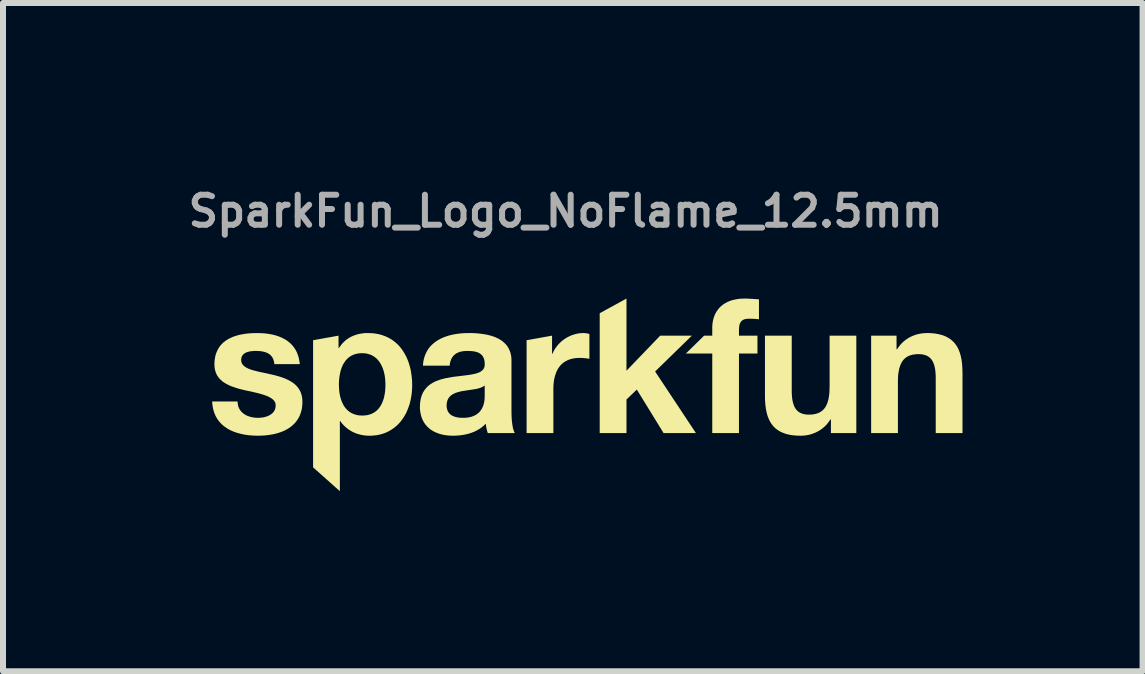
<source format=kicad_pcb>
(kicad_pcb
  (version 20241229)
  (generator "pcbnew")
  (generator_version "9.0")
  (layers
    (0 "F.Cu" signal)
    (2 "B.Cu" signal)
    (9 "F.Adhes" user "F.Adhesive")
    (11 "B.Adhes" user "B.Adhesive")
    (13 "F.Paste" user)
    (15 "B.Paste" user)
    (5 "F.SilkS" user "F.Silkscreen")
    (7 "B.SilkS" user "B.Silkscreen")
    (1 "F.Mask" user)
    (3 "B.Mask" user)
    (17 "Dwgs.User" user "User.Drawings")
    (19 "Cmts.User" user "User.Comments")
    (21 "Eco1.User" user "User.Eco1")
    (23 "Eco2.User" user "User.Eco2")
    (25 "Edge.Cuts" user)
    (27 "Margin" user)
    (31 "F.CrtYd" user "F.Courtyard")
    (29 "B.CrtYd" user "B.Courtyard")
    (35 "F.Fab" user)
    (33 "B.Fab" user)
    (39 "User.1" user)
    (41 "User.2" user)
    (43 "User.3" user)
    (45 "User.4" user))
  (footprint "SparkFun_Logo_NoFlame_12.5mm"
    (layer "F.Cu")
    (at 6.374 3.262)
    (property "Reference" "SparkFun_Logo_NoFlame_12.5mm" (at 0 -2.794 0) (layer "F.Fab") (effects (font (size 0.5 0.5) (thickness 0.1))))
    (attr board_only exclude_from_pos_files exclude_from_bom)
    (fp_poly (pts (xy 1.013 -0.136) (xy 1.574 -0.72) (xy 2.102 -0.72) (xy 1.49 -0.123) (xy 2.17 0.903) (xy 1.631 0.903) (xy 1.185 0.178) (xy 1.013 0.344) (xy 1.013 0.903) (xy 0.567 0.903) (xy 0.567 -1.094) (xy 1.013 -1.338)) (stroke (width 0) (type solid)) (fill yes) (layer "F.SilkS"))
    (fp_poly (pts (xy 0.304 -0.764) (xy 0.31 -0.763) (xy 0.316 -0.763) (xy 0.323 -0.762) (xy 0.335 -0.761) (xy 0.347 -0.759) (xy 0.359 -0.757) (xy 0.371 -0.754) (xy 0.383 -0.751) (xy 0.395 -0.748) (xy 0.395 -0.334) (xy 0.378 -0.337) (xy 0.36 -0.34) (xy 0.34 -0.343) (xy 0.319 -0.345) (xy 0.298 -0.347) (xy 0.276 -0.348) (xy 0.255 -0.349) (xy 0.235 -0.349) (xy 0.204 -0.349) (xy 0.175 -0.347) (xy 0.148 -0.343) (xy 0.121 -0.339) (xy 0.096 -0.333) (xy 0.072 -0.326) (xy 0.049 -0.318) (xy 0.027 -0.308) (xy 0.006 -0.298) (xy -0.013 -0.287) (xy -0.032 -0.274) (xy -0.049 -0.261) (xy -0.066 -0.246) (xy -0.081 -0.231) (xy -0.095 -0.214) (xy -0.109 -0.197) (xy -0.121 -0.179) (xy -0.133 -0.16) (xy -0.143 -0.14) (xy -0.153 -0.12) (xy -0.161 -0.099) (xy -0.169 -0.077) (xy -0.176 -0.055) (xy -0.183 -0.031) (xy -0.188 -0.008) (xy -0.193 0.016) (xy -0.2 0.066) (xy -0.204 0.118) (xy -0.205 0.172) (xy -0.205 0.903) (xy -0.651 0.903) (xy -0.651 -0.644) (xy -0.227 -0.72) (xy -0.227 -0.418) (xy -0.221 -0.418) (xy -0.212 -0.437) (xy -0.203 -0.456) (xy -0.194 -0.474) (xy -0.183 -0.492) (xy -0.172 -0.509) (xy -0.161 -0.526) (xy -0.148 -0.542) (xy -0.135 -0.558) (xy -0.122 -0.574) (xy -0.108 -0.589) (xy -0.093 -0.603) (xy -0.078 -0.617) (xy -0.063 -0.631) (xy -0.047 -0.644) (xy -0.03 -0.656) (xy -0.013 -0.667) (xy 0.004 -0.679) (xy 0.021 -0.689) (xy 0.039 -0.699) (xy 0.058 -0.708) (xy 0.076 -0.717) (xy 0.095 -0.725) (xy 0.115 -0.732) (xy 0.134 -0.738) (xy 0.154 -0.744) (xy 0.174 -0.749) (xy 0.194 -0.754) (xy 0.214 -0.757) (xy 0.235 -0.76) (xy 0.256 -0.762) (xy 0.276 -0.763) (xy 0.297 -0.764)) (stroke (width 0) (type solid)) (fill yes) (layer "F.SilkS"))
    (fp_poly (pts (xy 3.014 -1.338) (xy 3.044 -1.336) (xy 3.074 -1.335) (xy 3.104 -1.333) (xy 3.163 -1.329) (xy 3.192 -1.327) (xy 3.22 -1.325) (xy 3.22 -0.993) (xy 3.2 -0.995) (xy 3.18 -0.997) (xy 3.159 -0.999) (xy 3.139 -1) (xy 3.118 -1.001) (xy 3.097 -1.002) (xy 3.077 -1.002) (xy 3.057 -1.002) (xy 3.035 -1.002) (xy 3.025 -1.001) (xy 3.015 -1) (xy 3.005 -0.998) (xy 2.996 -0.997) (xy 2.987 -0.995) (xy 2.979 -0.992) (xy 2.971 -0.99) (xy 2.963 -0.986) (xy 2.956 -0.983) (xy 2.95 -0.979) (xy 2.943 -0.975) (xy 2.937 -0.97) (xy 2.932 -0.966) (xy 2.926 -0.96) (xy 2.921 -0.954) (xy 2.917 -0.948) (xy 2.913 -0.942) (xy 2.909 -0.935) (xy 2.905 -0.928) (xy 2.902 -0.92) (xy 2.899 -0.911) (xy 2.897 -0.903) (xy 2.894 -0.894) (xy 2.893 -0.884) (xy 2.891 -0.874) (xy 2.89 -0.864) (xy 2.888 -0.841) (xy 2.887 -0.817) (xy 2.887 -0.72) (xy 3.195 -0.72) (xy 3.195 -0.422) (xy 2.887 -0.422) (xy 2.887 0.903) (xy 2.442 0.903) (xy 2.442 -0.422) (xy 2.002 -0.422) (xy 2.306 -0.72) (xy 2.442 -0.72) (xy 2.442 -0.845) (xy 2.442 -0.872) (xy 2.444 -0.898) (xy 2.446 -0.924) (xy 2.45 -0.949) (xy 2.455 -0.974) (xy 2.461 -0.998) (xy 2.467 -1.021) (xy 2.475 -1.044) (xy 2.484 -1.066) (xy 2.494 -1.087) (xy 2.505 -1.108) (xy 2.518 -1.128) (xy 2.531 -1.147) (xy 2.545 -1.165) (xy 2.56 -1.183) (xy 2.577 -1.2) (xy 2.594 -1.216) (xy 2.613 -1.231) (xy 2.632 -1.245) (xy 2.653 -1.258) (xy 2.675 -1.27) (xy 2.698 -1.282) (xy 2.721 -1.292) (xy 2.746 -1.302) (xy 2.772 -1.31) (xy 2.799 -1.317) (xy 2.828 -1.323) (xy 2.857 -1.329) (xy 2.887 -1.333) (xy 2.919 -1.336) (xy 2.951 -1.337) (xy 2.985 -1.338)) (stroke (width 0) (type solid)) (fill yes) (layer "F.SilkS"))
    (fp_poly (pts (xy 3.766 0.197) (xy 3.767 0.245) (xy 3.77 0.29) (xy 3.774 0.333) (xy 3.781 0.372) (xy 3.79 0.407) (xy 3.801 0.44) (xy 3.807 0.455) (xy 3.814 0.47) (xy 3.822 0.483) (xy 3.83 0.496) (xy 3.839 0.508) (xy 3.848 0.519) (xy 3.858 0.53) (xy 3.869 0.54) (xy 3.88 0.548) (xy 3.892 0.557) (xy 3.905 0.564) (xy 3.918 0.571) (xy 3.932 0.576) (xy 3.947 0.581) (xy 3.962 0.586) (xy 3.979 0.589) (xy 3.996 0.592) (xy 4.013 0.594) (xy 4.032 0.595) (xy 4.051 0.595) (xy 4.074 0.595) (xy 4.095 0.594) (xy 4.116 0.592) (xy 4.136 0.589) (xy 4.155 0.585) (xy 4.173 0.581) (xy 4.191 0.575) (xy 4.207 0.569) (xy 4.223 0.562) (xy 4.239 0.554) (xy 4.253 0.545) (xy 4.267 0.535) (xy 4.28 0.524) (xy 4.292 0.513) (xy 4.304 0.5) (xy 4.315 0.487) (xy 4.325 0.472) (xy 4.334 0.457) (xy 4.343 0.44) (xy 4.351 0.423) (xy 4.359 0.404) (xy 4.365 0.385) (xy 4.371 0.364) (xy 4.377 0.342) (xy 4.381 0.32) (xy 4.385 0.296) (xy 4.389 0.271) (xy 4.392 0.245) (xy 4.394 0.218) (xy 4.395 0.19) (xy 4.397 0.131) (xy 4.397 -0.72) (xy 4.842 -0.72) (xy 4.842 0.903) (xy 4.419 0.903) (xy 4.419 0.677) (xy 4.409 0.677) (xy 4.398 0.694) (xy 4.387 0.71) (xy 4.375 0.726) (xy 4.363 0.742) (xy 4.351 0.756) (xy 4.338 0.771) (xy 4.324 0.784) (xy 4.311 0.797) (xy 4.296 0.81) (xy 4.282 0.822) (xy 4.267 0.833) (xy 4.252 0.844) (xy 4.221 0.864) (xy 4.19 0.881) (xy 4.157 0.897) (xy 4.123 0.91) (xy 4.089 0.922) (xy 4.054 0.931) (xy 4.019 0.938) (xy 3.984 0.943) (xy 3.949 0.946) (xy 3.913 0.947) (xy 3.87 0.946) (xy 3.828 0.944) (xy 3.789 0.94) (xy 3.752 0.935) (xy 3.716 0.928) (xy 3.682 0.92) (xy 3.651 0.91) (xy 3.621 0.899) (xy 3.592 0.887) (xy 3.566 0.873) (xy 3.541 0.858) (xy 3.517 0.841) (xy 3.495 0.824) (xy 3.475 0.805) (xy 3.456 0.785) (xy 3.439 0.763) (xy 3.423 0.741) (xy 3.408 0.717) (xy 3.395 0.692) (xy 3.383 0.667) (xy 3.372 0.64) (xy 3.362 0.612) (xy 3.354 0.583) (xy 3.346 0.552) (xy 3.334 0.489) (xy 3.326 0.423) (xy 3.321 0.352) (xy 3.32 0.279) (xy 3.32 -0.72) (xy 3.766 -0.72)) (stroke (width 0) (type solid)) (fill yes) (layer "F.SilkS"))
    (fp_poly (pts (xy 6.061 -0.763) (xy 6.102 -0.76) (xy 6.142 -0.757) (xy 6.179 -0.751) (xy 6.215 -0.744) (xy 6.248 -0.736) (xy 6.28 -0.727) (xy 6.31 -0.716) (xy 6.339 -0.703) (xy 6.365 -0.689) (xy 6.39 -0.674) (xy 6.414 -0.658) (xy 6.435 -0.64) (xy 6.456 -0.621) (xy 6.475 -0.601) (xy 6.492 -0.58) (xy 6.508 -0.557) (xy 6.523 -0.534) (xy 6.536 -0.509) (xy 6.548 -0.483) (xy 6.559 -0.456) (xy 6.569 -0.428) (xy 6.577 -0.399) (xy 6.585 -0.369) (xy 6.597 -0.306) (xy 6.605 -0.239) (xy 6.609 -0.169) (xy 6.611 -0.095) (xy 6.611 0.903) (xy 6.165 0.903) (xy 6.165 -0.013) (xy 6.164 -0.062) (xy 6.161 -0.107) (xy 6.157 -0.149) (xy 6.15 -0.188) (xy 6.141 -0.224) (xy 6.13 -0.257) (xy 6.124 -0.272) (xy 6.117 -0.286) (xy 6.109 -0.3) (xy 6.101 -0.313) (xy 6.092 -0.325) (xy 6.083 -0.336) (xy 6.073 -0.347) (xy 6.062 -0.356) (xy 6.051 -0.365) (xy 6.039 -0.373) (xy 6.026 -0.381) (xy 6.013 -0.387) (xy 5.999 -0.393) (xy 5.984 -0.398) (xy 5.968 -0.402) (xy 5.952 -0.406) (xy 5.935 -0.409) (xy 5.917 -0.41) (xy 5.899 -0.412) (xy 5.879 -0.412) (xy 5.857 -0.412) (xy 5.836 -0.41) (xy 5.815 -0.408) (xy 5.795 -0.406) (xy 5.776 -0.402) (xy 5.758 -0.397) (xy 5.74 -0.392) (xy 5.724 -0.386) (xy 5.708 -0.379) (xy 5.692 -0.371) (xy 5.678 -0.362) (xy 5.664 -0.352) (xy 5.651 -0.341) (xy 5.639 -0.33) (xy 5.627 -0.317) (xy 5.616 -0.303) (xy 5.606 -0.289) (xy 5.597 -0.273) (xy 5.588 -0.257) (xy 5.58 -0.239) (xy 5.573 -0.221) (xy 5.566 -0.201) (xy 5.56 -0.181) (xy 5.554 -0.159) (xy 5.55 -0.136) (xy 5.546 -0.113) (xy 5.542 -0.088) (xy 5.539 -0.062) (xy 5.537 -0.035) (xy 5.536 -0.007) (xy 5.535 0.053) (xy 5.535 0.903) (xy 5.089 0.903) (xy 5.089 -0.72) (xy 5.512 -0.72) (xy 5.512 -0.494) (xy 5.522 -0.494) (xy 5.533 -0.511) (xy 5.544 -0.527) (xy 5.556 -0.543) (xy 5.568 -0.558) (xy 5.58 -0.573) (xy 5.593 -0.587) (xy 5.607 -0.601) (xy 5.62 -0.614) (xy 5.634 -0.626) (xy 5.649 -0.638) (xy 5.664 -0.65) (xy 5.679 -0.66) (xy 5.709 -0.68) (xy 5.741 -0.698) (xy 5.774 -0.713) (xy 5.808 -0.727) (xy 5.842 -0.738) (xy 5.876 -0.747) (xy 5.912 -0.754) (xy 5.947 -0.759) (xy 5.982 -0.762) (xy 6.018 -0.763)) (stroke (width 0) (type solid)) (fill yes) (layer "F.SilkS"))
    (fp_poly (pts (xy -3.248 -0.762) (xy -3.202 -0.759) (xy -3.159 -0.753) (xy -3.117 -0.745) (xy -3.076 -0.735) (xy -3.038 -0.722) (xy -3 -0.708) (xy -2.965 -0.692) (xy -2.931 -0.674) (xy -2.898 -0.654) (xy -2.867 -0.632) (xy -2.838 -0.609) (xy -2.81 -0.584) (xy -2.783 -0.558) (xy -2.758 -0.53) (xy -2.735 -0.5) (xy -2.713 -0.469) (xy -2.693 -0.437) (xy -2.674 -0.404) (xy -2.656 -0.37) (xy -2.64 -0.334) (xy -2.625 -0.298) (xy -2.612 -0.26) (xy -2.601 -0.222) (xy -2.59 -0.183) (xy -2.581 -0.143) (xy -2.568 -0.061) (xy -2.559 0.023) (xy -2.557 0.109) (xy -2.56 0.19) (xy -2.568 0.269) (xy -2.582 0.347) (xy -2.601 0.423) (xy -2.626 0.495) (xy -2.656 0.565) (xy -2.674 0.598) (xy -2.692 0.63) (xy -2.713 0.661) (xy -2.734 0.69) (xy -2.757 0.719) (xy -2.781 0.746) (xy -2.807 0.772) (xy -2.834 0.796) (xy -2.863 0.819) (xy -2.893 0.84) (xy -2.924 0.859) (xy -2.957 0.877) (xy -2.991 0.893) (xy -3.026 0.907) (xy -3.063 0.919) (xy -3.102 0.929) (xy -3.141 0.937) (xy -3.183 0.942) (xy -3.225 0.946) (xy -3.269 0.947) (xy -3.306 0.946) (xy -3.342 0.943) (xy -3.378 0.938) (xy -3.413 0.931) (xy -3.448 0.922) (xy -3.481 0.912) (xy -3.514 0.899) (xy -3.546 0.885) (xy -3.576 0.868) (xy -3.606 0.85) (xy -3.634 0.83) (xy -3.661 0.808) (xy -3.687 0.784) (xy -3.711 0.759) (xy -3.734 0.732) (xy -3.756 0.702) (xy -3.762 0.702) (xy -3.762 1.871) (xy -4.208 1.474) (xy -4.208 0.096) (xy -3.778 0.096) (xy -3.776 0.146) (xy -3.773 0.194) (xy -3.767 0.242) (xy -3.758 0.288) (xy -3.746 0.333) (xy -3.731 0.375) (xy -3.713 0.415) (xy -3.703 0.434) (xy -3.692 0.453) (xy -3.68 0.47) (xy -3.667 0.487) (xy -3.653 0.503) (xy -3.639 0.518) (xy -3.623 0.532) (xy -3.607 0.545) (xy -3.59 0.557) (xy -3.571 0.568) (xy -3.552 0.577) (xy -3.532 0.586) (xy -3.511 0.593) (xy -3.488 0.6) (xy -3.465 0.605) (xy -3.441 0.608) (xy -3.415 0.61) (xy -3.388 0.611) (xy -3.362 0.61) (xy -3.336 0.608) (xy -3.312 0.605) (xy -3.288 0.6) (xy -3.266 0.593) (xy -3.244 0.586) (xy -3.224 0.577) (xy -3.205 0.568) (xy -3.187 0.557) (xy -3.17 0.545) (xy -3.153 0.532) (xy -3.138 0.518) (xy -3.124 0.503) (xy -3.11 0.487) (xy -3.098 0.47) (xy -3.086 0.453) (xy -3.075 0.434) (xy -3.065 0.415) (xy -3.056 0.395) (xy -3.048 0.375) (xy -3.04 0.354) (xy -3.033 0.333) (xy -3.027 0.311) (xy -3.022 0.288) (xy -3.013 0.242) (xy -3.007 0.194) (xy -3.004 0.146) (xy -3.003 0.096) (xy -3.004 0.048) (xy -3.008 -0.001) (xy -3.014 -0.049) (xy -3.023 -0.095) (xy -3.035 -0.141) (xy -3.05 -0.184) (xy -3.069 -0.225) (xy -3.079 -0.244) (xy -3.09 -0.263) (xy -3.102 -0.281) (xy -3.115 -0.299) (xy -3.128 -0.315) (xy -3.143 -0.331) (xy -3.158 -0.345) (xy -3.175 -0.359) (xy -3.192 -0.371) (xy -3.21 -0.382) (xy -3.229 -0.393) (xy -3.25 -0.402) (xy -3.271 -0.409) (xy -3.293 -0.416) (xy -3.316 -0.421) (xy -3.34 -0.425) (xy -3.365 -0.427) (xy -3.392 -0.428) (xy -3.418 -0.427) (xy -3.444 -0.425) (xy -3.469 -0.421) (xy -3.492 -0.416) (xy -3.514 -0.41) (xy -3.536 -0.402) (xy -3.556 -0.393) (xy -3.575 -0.383) (xy -3.593 -0.372) (xy -3.611 -0.359) (xy -3.627 -0.346) (xy -3.642 -0.331) (xy -3.656 -0.316) (xy -3.67 -0.3) (xy -3.682 -0.282) (xy -3.694 -0.264) (xy -3.705 -0.246) (xy -3.715 -0.226) (xy -3.724 -0.206) (xy -3.733 -0.185) (xy -3.74 -0.164) (xy -3.747 -0.142) (xy -3.753 -0.119) (xy -3.758 -0.097) (xy -3.767 -0.05) (xy -3.773 -0.002) (xy -3.777 0.047) (xy -3.778 0.096) (xy -4.208 0.096) (xy -4.208 -0.644) (xy -3.784 -0.72) (xy -3.784 -0.513) (xy -3.778 -0.513) (xy -3.767 -0.529) (xy -3.756 -0.544) (xy -3.745 -0.559) (xy -3.734 -0.574) (xy -3.722 -0.588) (xy -3.709 -0.601) (xy -3.697 -0.614) (xy -3.684 -0.626) (xy -3.671 -0.638) (xy -3.657 -0.649) (xy -3.644 -0.659) (xy -3.629 -0.669) (xy -3.615 -0.679) (xy -3.6 -0.688) (xy -3.585 -0.696) (xy -3.57 -0.704) (xy -3.555 -0.711) (xy -3.539 -0.718) (xy -3.507 -0.73) (xy -3.473 -0.741) (xy -3.439 -0.749) (xy -3.404 -0.755) (xy -3.368 -0.76) (xy -3.332 -0.763) (xy -3.294 -0.763)) (stroke (width 0) (type solid)) (fill yes) (layer "F.SilkS"))
    (fp_poly (pts (xy -1.554 -0.763) (xy -1.492 -0.76) (xy -1.43 -0.754) (xy -1.368 -0.746) (xy -1.307 -0.735) (xy -1.248 -0.72) (xy -1.192 -0.702) (xy -1.138 -0.679) (xy -1.113 -0.666) (xy -1.088 -0.651) (xy -1.065 -0.636) (xy -1.043 -0.619) (xy -1.023 -0.601) (xy -1.003 -0.582) (xy -0.985 -0.561) (xy -0.969 -0.539) (xy -0.954 -0.515) (xy -0.941 -0.489) (xy -0.93 -0.462) (xy -0.92 -0.434) (xy -0.913 -0.404) (xy -0.907 -0.372) (xy -0.904 -0.338) (xy -0.903 -0.302) (xy -0.903 0.542) (xy -0.902 0.597) (xy -0.9 0.652) (xy -0.896 0.704) (xy -0.89 0.753) (xy -0.886 0.777) (xy -0.882 0.799) (xy -0.878 0.82) (xy -0.873 0.84) (xy -0.867 0.858) (xy -0.861 0.875) (xy -0.854 0.89) (xy -0.847 0.903) (xy -1.298 0.903) (xy -1.304 0.884) (xy -1.309 0.865) (xy -1.314 0.845) (xy -1.319 0.826) (xy -1.323 0.806) (xy -1.326 0.786) (xy -1.329 0.766) (xy -1.33 0.746) (xy -1.357 0.773) (xy -1.386 0.797) (xy -1.416 0.82) (xy -1.447 0.84) (xy -1.479 0.858) (xy -1.512 0.875) (xy -1.546 0.889) (xy -1.581 0.902) (xy -1.616 0.913) (xy -1.652 0.922) (xy -1.689 0.93) (xy -1.726 0.936) (xy -1.763 0.941) (xy -1.801 0.944) (xy -1.839 0.946) (xy -1.876 0.947) (xy -1.934 0.945) (xy -1.989 0.94) (xy -2.043 0.931) (xy -2.094 0.918) (xy -2.118 0.91) (xy -2.142 0.901) (xy -2.165 0.892) (xy -2.188 0.881) (xy -2.209 0.869) (xy -2.23 0.857) (xy -2.25 0.843) (xy -2.269 0.829) (xy -2.287 0.813) (xy -2.304 0.797) (xy -2.32 0.779) (xy -2.336 0.761) (xy -2.35 0.741) (xy -2.363 0.721) (xy -2.375 0.699) (xy -2.386 0.677) (xy -2.396 0.653) (xy -2.404 0.629) (xy -2.411 0.603) (xy -2.417 0.577) (xy -2.422 0.549) (xy -2.426 0.521) (xy -2.428 0.491) (xy -2.428 0.46) (xy -2.427 0.442) (xy -1.983 0.442) (xy -1.983 0.457) (xy -1.982 0.471) (xy -1.98 0.485) (xy -1.977 0.498) (xy -1.974 0.51) (xy -1.97 0.522) (xy -1.966 0.533) (xy -1.961 0.543) (xy -1.955 0.553) (xy -1.949 0.562) (xy -1.942 0.571) (xy -1.935 0.579) (xy -1.927 0.587) (xy -1.919 0.594) (xy -1.91 0.6) (xy -1.901 0.607) (xy -1.891 0.612) (xy -1.881 0.617) (xy -1.87 0.622) (xy -1.86 0.626) (xy -1.849 0.63) (xy -1.837 0.634) (xy -1.825 0.637) (xy -1.813 0.639) (xy -1.789 0.644) (xy -1.763 0.647) (xy -1.736 0.648) (xy -1.71 0.649) (xy -1.678 0.648) (xy -1.648 0.646) (xy -1.62 0.642) (xy -1.594 0.637) (xy -1.57 0.631) (xy -1.547 0.623) (xy -1.526 0.614) (xy -1.506 0.605) (xy -1.488 0.594) (xy -1.472 0.582) (xy -1.456 0.57) (xy -1.442 0.557) (xy -1.43 0.544) (xy -1.418 0.529) (xy -1.408 0.515) (xy -1.399 0.5) (xy -1.39 0.484) (xy -1.383 0.469) (xy -1.377 0.453) (xy -1.371 0.438) (xy -1.362 0.406) (xy -1.356 0.376) (xy -1.352 0.347) (xy -1.35 0.32) (xy -1.349 0.275) (xy -1.349 0.109) (xy -1.356 0.115) (xy -1.364 0.121) (xy -1.372 0.126) (xy -1.381 0.131) (xy -1.399 0.14) (xy -1.419 0.148) (xy -1.44 0.155) (xy -1.463 0.161) (xy -1.486 0.167) (xy -1.51 0.171) (xy -1.719 0.203) (xy -1.745 0.208) (xy -1.77 0.214) (xy -1.795 0.221) (xy -1.819 0.228) (xy -1.842 0.237) (xy -1.863 0.247) (xy -1.884 0.258) (xy -1.894 0.264) (xy -1.903 0.271) (xy -1.912 0.278) (xy -1.92 0.285) (xy -1.928 0.293) (xy -1.936 0.301) (xy -1.943 0.31) (xy -1.95 0.319) (xy -1.956 0.329) (xy -1.961 0.339) (xy -1.966 0.35) (xy -1.971 0.361) (xy -1.974 0.373) (xy -1.977 0.386) (xy -1.98 0.399) (xy -1.982 0.412) (xy -1.983 0.427) (xy -1.983 0.442) (xy -2.427 0.442) (xy -2.425 0.395) (xy -2.415 0.335) (xy -2.4 0.281) (xy -2.38 0.233) (xy -2.354 0.19) (xy -2.325 0.153) (xy -2.292 0.119) (xy -2.255 0.09) (xy -2.215 0.065) (xy -2.172 0.043) (xy -2.126 0.025) (xy -2.079 0.009) (xy -2.031 -0.004) (xy -1.981 -0.015) (xy -1.879 -0.033) (xy -1.681 -0.057) (xy -1.59 -0.069) (xy -1.509 -0.085) (xy -1.473 -0.096) (xy -1.441 -0.108) (xy -1.413 -0.123) (xy -1.39 -0.141) (xy -1.371 -0.162) (xy -1.358 -0.186) (xy -1.35 -0.214) (xy -1.349 -0.246) (xy -1.349 -0.263) (xy -1.35 -0.279) (xy -1.352 -0.295) (xy -1.355 -0.309) (xy -1.358 -0.323) (xy -1.362 -0.336) (xy -1.367 -0.348) (xy -1.372 -0.359) (xy -1.378 -0.37) (xy -1.384 -0.38) (xy -1.391 -0.389) (xy -1.399 -0.398) (xy -1.407 -0.406) (xy -1.416 -0.413) (xy -1.425 -0.42) (xy -1.434 -0.426) (xy -1.445 -0.432) (xy -1.455 -0.437) (xy -1.466 -0.442) (xy -1.477 -0.446) (xy -1.489 -0.449) (xy -1.501 -0.452) (xy -1.514 -0.455) (xy -1.526 -0.458) (xy -1.553 -0.461) (xy -1.58 -0.464) (xy -1.608 -0.465) (xy -1.638 -0.466) (xy -1.669 -0.465) (xy -1.699 -0.462) (xy -1.728 -0.458) (xy -1.754 -0.452) (xy -1.767 -0.448) (xy -1.779 -0.444) (xy -1.791 -0.439) (xy -1.803 -0.434) (xy -1.814 -0.429) (xy -1.824 -0.423) (xy -1.834 -0.416) (xy -1.844 -0.409) (xy -1.853 -0.401) (xy -1.862 -0.393) (xy -1.87 -0.384) (xy -1.878 -0.375) (xy -1.885 -0.365) (xy -1.892 -0.355) (xy -1.898 -0.344) (xy -1.904 -0.333) (xy -1.91 -0.321) (xy -1.914 -0.308) (xy -1.919 -0.295) (xy -1.923 -0.281) (xy -1.926 -0.267) (xy -1.929 -0.252) (xy -1.931 -0.237) (xy -1.933 -0.22) (xy -2.378 -0.22) (xy -2.375 -0.258) (xy -2.37 -0.295) (xy -2.363 -0.33) (xy -2.353 -0.363) (xy -2.343 -0.394) (xy -2.33 -0.424) (xy -2.316 -0.453) (xy -2.3 -0.48) (xy -2.283 -0.506) (xy -2.264 -0.53) (xy -2.244 -0.553) (xy -2.222 -0.574) (xy -2.199 -0.594) (xy -2.175 -0.613) (xy -2.15 -0.631) (xy -2.124 -0.647) (xy -2.097 -0.662) (xy -2.069 -0.676) (xy -2.04 -0.689) (xy -2.01 -0.701) (xy -1.98 -0.711) (xy -1.949 -0.721) (xy -1.917 -0.729) (xy -1.885 -0.737) (xy -1.819 -0.749) (xy -1.752 -0.757) (xy -1.684 -0.762) (xy -1.616 -0.763)) (stroke (width 0) (type solid)) (fill yes) (layer "F.SilkS"))
    (fp_poly (pts (xy -5.08 -0.762) (xy -5.015 -0.758) (xy -4.952 -0.75) (xy -4.89 -0.739) (xy -4.831 -0.724) (xy -4.774 -0.705) (xy -4.72 -0.682) (xy -4.694 -0.668) (xy -4.669 -0.654) (xy -4.645 -0.639) (xy -4.622 -0.622) (xy -4.6 -0.604) (xy -4.579 -0.585) (xy -4.559 -0.564) (xy -4.54 -0.542) (xy -4.523 -0.519) (xy -4.507 -0.495) (xy -4.492 -0.469) (xy -4.478 -0.441) (xy -4.467 -0.413) (xy -4.456 -0.382) (xy -4.447 -0.35) (xy -4.44 -0.317) (xy -4.434 -0.282) (xy -4.43 -0.246) (xy -4.853 -0.246) (xy -4.855 -0.261) (xy -4.857 -0.276) (xy -4.86 -0.291) (xy -4.864 -0.305) (xy -4.868 -0.318) (xy -4.873 -0.33) (xy -4.878 -0.342) (xy -4.884 -0.353) (xy -4.89 -0.363) (xy -4.897 -0.373) (xy -4.905 -0.382) (xy -4.913 -0.391) (xy -4.922 -0.399) (xy -4.931 -0.407) (xy -4.94 -0.414) (xy -4.95 -0.42) (xy -4.961 -0.426) (xy -4.972 -0.432) (xy -4.983 -0.437) (xy -4.995 -0.441) (xy -5.007 -0.446) (xy -5.019 -0.449) (xy -5.032 -0.453) (xy -5.045 -0.455) (xy -5.072 -0.46) (xy -5.099 -0.463) (xy -5.128 -0.465) (xy -5.158 -0.466) (xy -5.177 -0.465) (xy -5.198 -0.465) (xy -5.218 -0.463) (xy -5.239 -0.461) (xy -5.26 -0.458) (xy -5.281 -0.453) (xy -5.301 -0.448) (xy -5.32 -0.441) (xy -5.329 -0.437) (xy -5.338 -0.432) (xy -5.346 -0.427) (xy -5.354 -0.422) (xy -5.362 -0.416) (xy -5.369 -0.409) (xy -5.375 -0.403) (xy -5.382 -0.395) (xy -5.387 -0.387) (xy -5.392 -0.379) (xy -5.396 -0.37) (xy -5.4 -0.36) (xy -5.402 -0.349) (xy -5.404 -0.338) (xy -5.406 -0.327) (xy -5.406 -0.315) (xy -5.405 -0.3) (xy -5.403 -0.286) (xy -5.4 -0.273) (xy -5.395 -0.261) (xy -5.389 -0.249) (xy -5.381 -0.238) (xy -5.372 -0.228) (xy -5.362 -0.218) (xy -5.352 -0.209) (xy -5.339 -0.2) (xy -5.326 -0.191) (xy -5.312 -0.184) (xy -5.297 -0.176) (xy -5.282 -0.169) (xy -5.265 -0.163) (xy -5.248 -0.156) (xy -5.21 -0.144) (xy -5.171 -0.134) (xy -5.129 -0.123) (xy -5.085 -0.113) (xy -4.994 -0.094) (xy -4.948 -0.084) (xy -4.901 -0.073) (xy -4.852 -0.062) (xy -4.804 -0.049) (xy -4.756 -0.035) (xy -4.71 -0.019) (xy -4.666 -0.002) (xy -4.623 0.018) (xy -4.583 0.04) (xy -4.546 0.064) (xy -4.528 0.077) (xy -4.511 0.091) (xy -4.495 0.106) (xy -4.48 0.121) (xy -4.466 0.138) (xy -4.453 0.155) (xy -4.441 0.173) (xy -4.43 0.192) (xy -4.42 0.212) (xy -4.411 0.233) (xy -4.404 0.255) (xy -4.397 0.279) (xy -4.392 0.303) (xy -4.389 0.328) (xy -4.387 0.354) (xy -4.386 0.382) (xy -4.387 0.421) (xy -4.39 0.459) (xy -4.395 0.495) (xy -4.403 0.529) (xy -4.412 0.562) (xy -4.423 0.593) (xy -4.435 0.622) (xy -4.45 0.65) (xy -4.466 0.677) (xy -4.484 0.702) (xy -4.503 0.726) (xy -4.523 0.748) (xy -4.545 0.769) (xy -4.569 0.789) (xy -4.593 0.808) (xy -4.619 0.825) (xy -4.645 0.841) (xy -4.673 0.855) (xy -4.701 0.869) (xy -4.731 0.881) (xy -4.761 0.892) (xy -4.792 0.902) (xy -4.824 0.911) (xy -4.856 0.919) (xy -4.922 0.931) (xy -4.989 0.94) (xy -5.058 0.945) (xy -5.127 0.947) (xy -5.197 0.945) (xy -5.267 0.94) (xy -5.336 0.931) (xy -5.402 0.918) (xy -5.467 0.901) (xy -5.529 0.88) (xy -5.588 0.854) (xy -5.616 0.839) (xy -5.643 0.823) (xy -5.669 0.805) (xy -5.694 0.787) (xy -5.718 0.767) (xy -5.74 0.746) (xy -5.761 0.723) (xy -5.781 0.699) (xy -5.8 0.673) (xy -5.816 0.647) (xy -5.832 0.618) (xy -5.845 0.588) (xy -5.857 0.557) (xy -5.867 0.524) (xy -5.876 0.489) (xy -5.882 0.453) (xy -5.887 0.415) (xy -5.889 0.376) (xy -5.466 0.376) (xy -5.465 0.393) (xy -5.464 0.41) (xy -5.461 0.427) (xy -5.458 0.442) (xy -5.454 0.458) (xy -5.449 0.472) (xy -5.443 0.486) (xy -5.437 0.499) (xy -5.429 0.512) (xy -5.421 0.524) (xy -5.412 0.535) (xy -5.403 0.546) (xy -5.393 0.557) (xy -5.382 0.566) (xy -5.371 0.575) (xy -5.359 0.584) (xy -5.347 0.592) (xy -5.334 0.6) (xy -5.321 0.607) (xy -5.308 0.613) (xy -5.294 0.619) (xy -5.279 0.624) (xy -5.265 0.629) (xy -5.25 0.633) (xy -5.235 0.637) (xy -5.219 0.64) (xy -5.188 0.645) (xy -5.156 0.648) (xy -5.123 0.649) (xy -5.099 0.648) (xy -5.075 0.646) (xy -5.05 0.643) (xy -5.025 0.639) (xy -5 0.632) (xy -4.976 0.625) (xy -4.953 0.615) (xy -4.93 0.604) (xy -4.92 0.598) (xy -4.91 0.591) (xy -4.9 0.584) (xy -4.891 0.576) (xy -4.882 0.568) (xy -4.874 0.559) (xy -4.866 0.55) (xy -4.859 0.54) (xy -4.853 0.53) (xy -4.848 0.519) (xy -4.843 0.508) (xy -4.839 0.496) (xy -4.836 0.483) (xy -4.833 0.47) (xy -4.832 0.456) (xy -4.832 0.442) (xy -4.832 0.43) (xy -4.834 0.418) (xy -4.836 0.406) (xy -4.84 0.395) (xy -4.845 0.384) (xy -4.851 0.374) (xy -4.858 0.364) (xy -4.866 0.355) (xy -4.875 0.346) (xy -4.885 0.337) (xy -4.896 0.329) (xy -4.908 0.32) (xy -4.921 0.313) (xy -4.935 0.305) (xy -4.95 0.298) (xy -4.965 0.29) (xy -4.982 0.283) (xy -5 0.277) (xy -5.018 0.27) (xy -5.038 0.264) (xy -5.079 0.251) (xy -5.124 0.239) (xy -5.173 0.227) (xy -5.224 0.215) (xy -5.279 0.203) (xy -5.337 0.191) (xy -5.434 0.167) (xy -5.481 0.153) (xy -5.527 0.138) (xy -5.572 0.122) (xy -5.614 0.104) (xy -5.654 0.083) (xy -5.692 0.06) (xy -5.71 0.048) (xy -5.726 0.034) (xy -5.742 0.02) (xy -5.757 0.006) (xy -5.772 -0.01) (xy -5.785 -0.026) (xy -5.797 -0.043) (xy -5.808 -0.061) (xy -5.818 -0.08) (xy -5.826 -0.1) (xy -5.834 -0.121) (xy -5.84 -0.143) (xy -5.845 -0.166) (xy -5.849 -0.191) (xy -5.851 -0.216) (xy -5.852 -0.242) (xy -5.851 -0.28) (xy -5.847 -0.317) (xy -5.842 -0.351) (xy -5.836 -0.384) (xy -5.827 -0.415) (xy -5.816 -0.444) (xy -5.804 -0.472) (xy -5.79 -0.499) (xy -5.775 -0.523) (xy -5.758 -0.547) (xy -5.74 -0.569) (xy -5.72 -0.589) (xy -5.699 -0.609) (xy -5.677 -0.626) (xy -5.654 -0.643) (xy -5.629 -0.658) (xy -5.604 -0.672) (xy -5.577 -0.685) (xy -5.55 -0.697) (xy -5.522 -0.708) (xy -5.493 -0.717) (xy -5.464 -0.726) (xy -5.434 -0.734) (xy -5.403 -0.74) (xy -5.34 -0.751) (xy -5.276 -0.758) (xy -5.211 -0.762) (xy -5.146 -0.763)) (stroke (width 0) (type solid)) (fill yes) (layer "F.SilkS")))
  (gr_rect
    (start -3 -3)
    (end 15.985 8.133)
    (stroke (width 0.1) (type default))
    (fill no)
    (layer "Edge.Cuts")))
</source>
